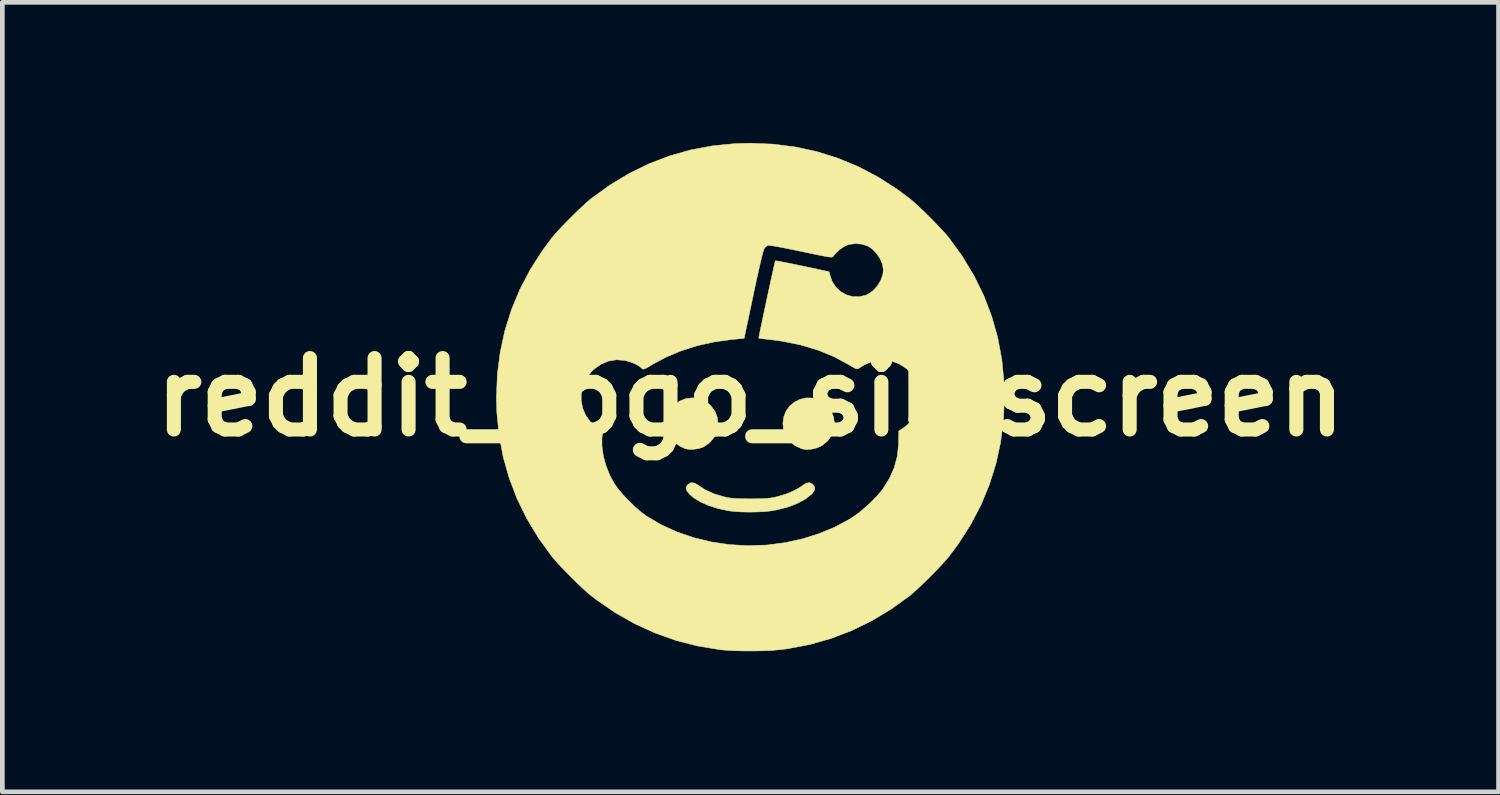
<source format=kicad_pcb>
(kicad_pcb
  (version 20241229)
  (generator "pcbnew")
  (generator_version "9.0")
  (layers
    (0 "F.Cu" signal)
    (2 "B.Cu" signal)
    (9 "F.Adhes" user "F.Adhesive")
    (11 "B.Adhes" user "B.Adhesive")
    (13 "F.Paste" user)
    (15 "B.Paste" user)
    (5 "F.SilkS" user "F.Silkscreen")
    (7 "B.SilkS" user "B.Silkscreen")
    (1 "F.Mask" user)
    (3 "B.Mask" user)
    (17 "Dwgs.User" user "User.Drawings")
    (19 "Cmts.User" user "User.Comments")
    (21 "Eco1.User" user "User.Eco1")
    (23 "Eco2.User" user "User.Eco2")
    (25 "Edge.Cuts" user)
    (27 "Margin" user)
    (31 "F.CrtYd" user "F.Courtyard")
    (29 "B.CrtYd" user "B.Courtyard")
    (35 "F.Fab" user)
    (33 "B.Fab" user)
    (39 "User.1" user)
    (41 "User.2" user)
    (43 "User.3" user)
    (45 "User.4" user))
  (footprint "reddit_logo_silkscreen"
    (layer "F.Cu")
    (at 12.961 5.424)
    (property "Reference" "reddit_logo_silkscreen" (at 0 0 0) (layer "F.SilkS") (effects (font (size 1.524 1.524) (thickness 0.3))))
    (attr through_hole)
    (fp_poly (pts (xy 1.319 0.018) (xy 1.448 0.052) (xy 1.569 0.121) (xy 1.626 0.171) (xy 1.718 0.289) (xy 1.773 0.421) (xy 1.793 0.557) (xy 1.777 0.693) (xy 1.728 0.822) (xy 1.645 0.936) (xy 1.531 1.029) (xy 1.508 1.043) (xy 1.406 1.086) (xy 1.292 1.111) (xy 1.182 1.117) (xy 1.101 1.103) (xy 0.955 1.036) (xy 0.839 0.94) (xy 0.755 0.821) (xy 0.705 0.681) (xy 0.693 0.559) (xy 0.712 0.416) (xy 0.764 0.29) (xy 0.843 0.185) (xy 0.945 0.102) (xy 1.062 0.045) (xy 1.188 0.016) (xy 1.319 0.018)) (stroke (width 0.01) (type solid)) (fill yes) (layer "F.SilkS"))
    (fp_poly (pts (xy -1.104 0.031) (xy -0.973 0.083) (xy -0.859 0.168) (xy -0.85 0.178) (xy -0.758 0.298) (xy -0.707 0.43) (xy -0.693 0.558) (xy -0.713 0.712) (xy -0.77 0.849) (xy -0.863 0.965) (xy -0.989 1.055) (xy -1.003 1.062) (xy -1.093 1.094) (xy -1.202 1.112) (xy -1.31 1.113) (xy -1.389 1.1) (xy -1.507 1.045) (xy -1.617 0.96) (xy -1.705 0.856) (xy -1.723 0.826) (xy -1.76 0.753) (xy -1.78 0.689) (xy -1.787 0.615) (xy -1.788 0.561) (xy -1.775 0.423) (xy -1.732 0.308) (xy -1.655 0.201) (xy -1.626 0.171) (xy -1.511 0.084) (xy -1.381 0.032) (xy -1.242 0.015) (xy -1.104 0.031)) (stroke (width 0.01) (type solid)) (fill yes) (layer "F.SilkS"))
    (fp_poly (pts (xy 1.32 1.851) (xy 1.333 1.863) (xy 1.371 1.923) (xy 1.366 1.988) (xy 1.319 2.057) (xy 1.307 2.069) (xy 1.168 2.177) (xy 0.994 2.27) (xy 0.788 2.348) (xy 0.555 2.406) (xy 0.459 2.424) (xy 0.323 2.44) (xy 0.161 2.449) (xy -0.014 2.452) (xy -0.188 2.449) (xy -0.346 2.439) (xy -0.467 2.424) (xy -0.69 2.376) (xy -0.892 2.312) (xy -1.069 2.234) (xy -1.214 2.144) (xy -1.282 2.087) (xy -1.346 2.015) (xy -1.373 1.955) (xy -1.363 1.901) (xy -1.333 1.863) (xy -1.273 1.826) (xy -1.203 1.829) (xy -1.121 1.872) (xy -1.092 1.894) (xy -0.955 1.983) (xy -0.778 2.061) (xy -0.574 2.123) (xy -0.499 2.14) (xy -0.427 2.152) (xy -0.349 2.161) (xy -0.255 2.166) (xy -0.135 2.168) (xy 0 2.169) (xy 0.149 2.168) (xy 0.265 2.165) (xy 0.357 2.16) (xy 0.434 2.151) (xy 0.506 2.138) (xy 0.576 2.122) (xy 0.757 2.068) (xy 0.919 2.001) (xy 1.054 1.927) (xy 1.109 1.887) (xy 1.19 1.835) (xy 1.26 1.824) (xy 1.32 1.851)) (stroke (width 0.01) (type solid)) (fill yes) (layer "F.SilkS"))
    (fp_poly (pts (xy 0.488 -5.399) (xy 0.962 -5.338) (xy 1.423 -5.238) (xy 1.87 -5.097) (xy 2.304 -4.917) (xy 2.725 -4.696) (xy 3.132 -4.435) (xy 3.396 -4.238) (xy 3.48 -4.167) (xy 3.585 -4.072) (xy 3.703 -3.96) (xy 3.827 -3.838) (xy 3.949 -3.714) (xy 4.062 -3.595) (xy 4.159 -3.489) (xy 4.233 -3.403) (xy 4.238 -3.396) (xy 4.526 -2.998) (xy 4.773 -2.587) (xy 4.981 -2.162) (xy 5.148 -1.724) (xy 5.276 -1.272) (xy 5.363 -0.806) (xy 5.41 -0.328) (xy 5.419 0) (xy 5.399 0.488) (xy 5.338 0.962) (xy 5.238 1.423) (xy 5.097 1.87) (xy 4.917 2.304) (xy 4.696 2.725) (xy 4.435 3.132) (xy 4.238 3.396) (xy 4.167 3.48) (xy 4.072 3.585) (xy 3.96 3.703) (xy 3.838 3.827) (xy 3.714 3.949) (xy 3.595 4.062) (xy 3.489 4.159) (xy 3.403 4.233) (xy 3.396 4.238) (xy 2.999 4.525) (xy 2.586 4.773) (xy 2.158 4.981) (xy 1.716 5.15) (xy 1.259 5.279) (xy 0.79 5.368) (xy 0.642 5.387) (xy 0.481 5.401) (xy 0.292 5.411) (xy 0.085 5.415) (xy -0.127 5.415) (xy -0.332 5.41) (xy -0.517 5.4) (xy -0.662 5.386) (xy -1.132 5.308) (xy -1.591 5.19) (xy -2.037 5.031) (xy -2.47 4.833) (xy -2.888 4.596) (xy -3.288 4.321) (xy -3.396 4.238) (xy -3.48 4.167) (xy -3.585 4.072) (xy -3.703 3.96) (xy -3.827 3.838) (xy -3.949 3.714) (xy -4.062 3.595) (xy -4.159 3.489) (xy -4.233 3.403) (xy -4.238 3.396) (xy -4.526 2.998) (xy -4.773 2.587) (xy -4.981 2.162) (xy -5.148 1.724) (xy -5.276 1.272) (xy -5.363 0.806) (xy -5.41 0.328) (xy -5.417 0.071) (xy -3.611 0.071) (xy -3.58 0.233) (xy -3.515 0.386) (xy -3.417 0.524) (xy -3.287 0.64) (xy -3.265 0.655) (xy -3.154 0.728) (xy -3.167 0.867) (xy -3.167 1.052) (xy -3.138 1.254) (xy -3.082 1.462) (xy -3.001 1.664) (xy -2.91 1.835) (xy -2.831 1.947) (xy -2.726 2.073) (xy -2.603 2.204) (xy -2.473 2.33) (xy -2.344 2.443) (xy -2.224 2.533) (xy -2.219 2.536) (xy -1.907 2.721) (xy -1.568 2.875) (xy -1.209 2.998) (xy -0.833 3.089) (xy -0.445 3.146) (xy -0.051 3.168) (xy 0.346 3.155) (xy 0.37 3.153) (xy 0.747 3.103) (xy 1.114 3.022) (xy 1.467 2.911) (xy 1.799 2.773) (xy 2.105 2.609) (xy 2.22 2.535) (xy 2.339 2.447) (xy 2.466 2.338) (xy 2.593 2.22) (xy 2.708 2.101) (xy 2.801 1.991) (xy 2.826 1.958) (xy 2.967 1.732) (xy 3.068 1.504) (xy 3.132 1.269) (xy 3.16 1.02) (xy 3.162 0.958) (xy 3.165 0.721) (xy 3.262 0.66) (xy 3.377 0.566) (xy 3.48 0.444) (xy 3.559 0.306) (xy 3.583 0.242) (xy 3.598 0.174) (xy 3.605 0.089) (xy 3.607 0) (xy 3.606 -0.102) (xy 3.6 -0.176) (xy 3.587 -0.237) (xy 3.563 -0.298) (xy 3.552 -0.322) (xy 3.456 -0.48) (xy 3.329 -0.61) (xy 3.177 -0.709) (xy 3.004 -0.774) (xy 2.936 -0.789) (xy 2.769 -0.796) (xy 2.6 -0.763) (xy 2.428 -0.688) (xy 2.305 -0.61) (xy 2.281 -0.602) (xy 2.246 -0.61) (xy 2.192 -0.637) (xy 2.114 -0.684) (xy 1.794 -0.859) (xy 1.447 -1.002) (xy 1.074 -1.114) (xy 0.675 -1.194) (xy 0.479 -1.221) (xy 0.372 -1.233) (xy 0.282 -1.244) (xy 0.215 -1.252) (xy 0.18 -1.257) (xy 0.177 -1.257) (xy 0.18 -1.278) (xy 0.191 -1.334) (xy 0.208 -1.422) (xy 0.232 -1.534) (xy 0.26 -1.666) (xy 0.291 -1.813) (xy 0.324 -1.969) (xy 0.358 -2.129) (xy 0.393 -2.288) (xy 0.425 -2.439) (xy 0.456 -2.578) (xy 0.483 -2.7) (xy 0.505 -2.799) (xy 0.521 -2.869) (xy 0.53 -2.905) (xy 0.532 -2.909) (xy 0.554 -2.908) (xy 0.612 -2.898) (xy 0.701 -2.881) (xy 0.815 -2.859) (xy 0.949 -2.832) (xy 1.098 -2.8) (xy 1.111 -2.798) (xy 1.681 -2.676) (xy 1.695 -2.611) (xy 1.743 -2.469) (xy 1.822 -2.348) (xy 1.926 -2.252) (xy 2.048 -2.183) (xy 2.181 -2.146) (xy 2.321 -2.142) (xy 2.46 -2.175) (xy 2.512 -2.198) (xy 2.618 -2.272) (xy 2.71 -2.374) (xy 2.782 -2.494) (xy 2.826 -2.619) (xy 2.836 -2.709) (xy 2.818 -2.832) (xy 2.766 -2.956) (xy 2.688 -3.073) (xy 2.592 -3.169) (xy 2.512 -3.221) (xy 2.387 -3.263) (xy 2.247 -3.277) (xy 2.11 -3.259) (xy 2.075 -3.249) (xy 1.991 -3.209) (xy 1.902 -3.148) (xy 1.823 -3.077) (xy 1.768 -3.008) (xy 1.765 -3.003) (xy 1.757 -2.994) (xy 1.74 -2.989) (xy 1.71 -2.989) (xy 1.663 -2.994) (xy 1.595 -3.005) (xy 1.502 -3.023) (xy 1.379 -3.048) (xy 1.222 -3.081) (xy 1.079 -3.111) (xy 0.898 -3.149) (xy 0.736 -3.181) (xy 0.599 -3.207) (xy 0.49 -3.226) (xy 0.414 -3.237) (xy 0.374 -3.239) (xy 0.371 -3.238) (xy 0.328 -3.21) (xy 0.294 -3.173) (xy 0.282 -3.14) (xy 0.262 -3.07) (xy 0.235 -2.965) (xy 0.203 -2.829) (xy 0.166 -2.665) (xy 0.124 -2.477) (xy 0.079 -2.268) (xy 0.063 -2.188) (xy -0.134 -1.255) (xy -0.394 -1.231) (xy -0.766 -1.18) (xy -1.128 -1.1) (xy -1.474 -0.991) (xy -1.797 -0.856) (xy -2.092 -0.698) (xy -2.108 -0.687) (xy -2.191 -0.637) (xy -2.246 -0.608) (xy -2.281 -0.597) (xy -2.305 -0.603) (xy -2.327 -0.623) (xy -2.33 -0.626) (xy -2.381 -0.668) (xy -2.462 -0.711) (xy -2.56 -0.75) (xy -2.663 -0.78) (xy -2.682 -0.784) (xy -2.858 -0.798) (xy -3.028 -0.77) (xy -3.189 -0.703) (xy -3.339 -0.596) (xy -3.39 -0.548) (xy -3.499 -0.41) (xy -3.571 -0.256) (xy -3.609 -0.094) (xy -3.611 0.071) (xy -5.417 0.071) (xy -5.419 0) (xy -5.399 -0.488) (xy -5.338 -0.962) (xy -5.238 -1.423) (xy -5.097 -1.87) (xy -4.917 -2.304) (xy -4.696 -2.725) (xy -4.435 -3.132) (xy -4.238 -3.396) (xy -4.167 -3.48) (xy -4.072 -3.585) (xy -3.96 -3.703) (xy -3.838 -3.827) (xy -3.714 -3.949) (xy -3.595 -4.062) (xy -3.489 -4.159) (xy -3.403 -4.233) (xy -3.396 -4.238) (xy -2.998 -4.526) (xy -2.587 -4.773) (xy -2.162 -4.981) (xy -1.724 -5.148) (xy -1.272 -5.276) (xy -0.806 -5.363) (xy -0.328 -5.41) (xy 0 -5.419) (xy 0.488 -5.399)) (stroke (width 0.01) (type solid)) (fill yes) (layer "F.SilkS")))
  (gr_rect
    (start -3 -3)
    (end 28.923 13.844)
    (stroke (width 0.1) (type default))
    (fill no)
    (layer "Edge.Cuts")))
</source>
